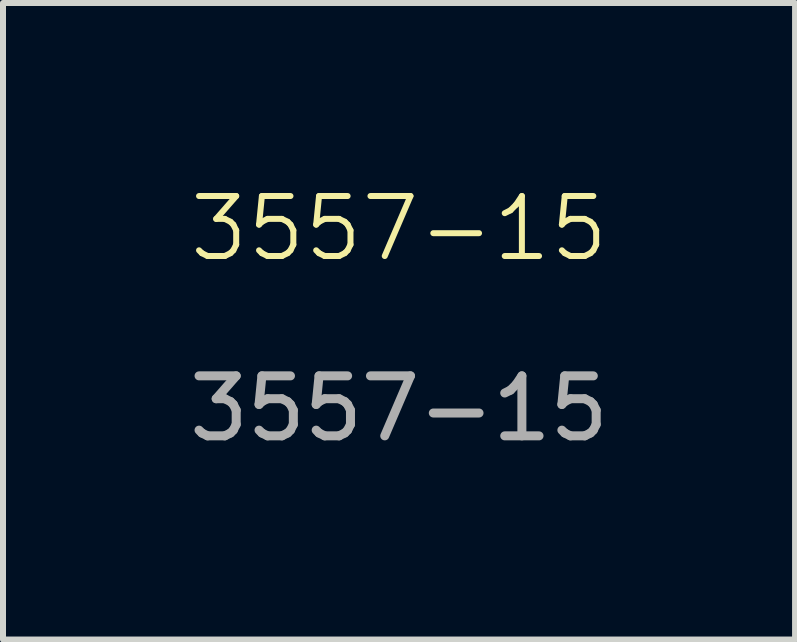
<source format=kicad_pcb>
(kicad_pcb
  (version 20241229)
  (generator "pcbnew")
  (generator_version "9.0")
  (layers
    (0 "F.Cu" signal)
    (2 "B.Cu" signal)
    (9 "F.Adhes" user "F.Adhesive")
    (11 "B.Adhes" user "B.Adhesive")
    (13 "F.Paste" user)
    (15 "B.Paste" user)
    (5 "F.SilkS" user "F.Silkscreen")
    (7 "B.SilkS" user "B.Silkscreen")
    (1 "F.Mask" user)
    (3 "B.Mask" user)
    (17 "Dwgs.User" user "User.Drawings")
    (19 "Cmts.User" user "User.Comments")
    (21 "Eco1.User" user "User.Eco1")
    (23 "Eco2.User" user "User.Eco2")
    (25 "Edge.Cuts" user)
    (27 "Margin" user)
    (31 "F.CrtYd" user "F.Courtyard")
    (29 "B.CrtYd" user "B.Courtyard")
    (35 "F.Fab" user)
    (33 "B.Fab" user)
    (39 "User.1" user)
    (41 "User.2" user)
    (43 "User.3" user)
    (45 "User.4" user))
  (footprint "3557-15"
    (layer "F.Cu")
    (at 3.601 1.26)
    (property "Reference" "3557-15" (at 0 -0.5 0) (unlocked yes) (layer "F.SilkS") (effects (font (size 1 1) (thickness 0.1))))
    (attr through_hole)
    (fp_text user "${REFERENCE}" (at 0 2.5 0) (unlocked yes) (layer "F.Fab") (effects (font (size 1 1) (thickness 0.15)))))
  (gr_rect
    (start -3 -3)
    (end 10.202 7.609)
    (stroke (width 0.1) (type default))
    (fill no)
    (layer "Edge.Cuts")))
</source>
